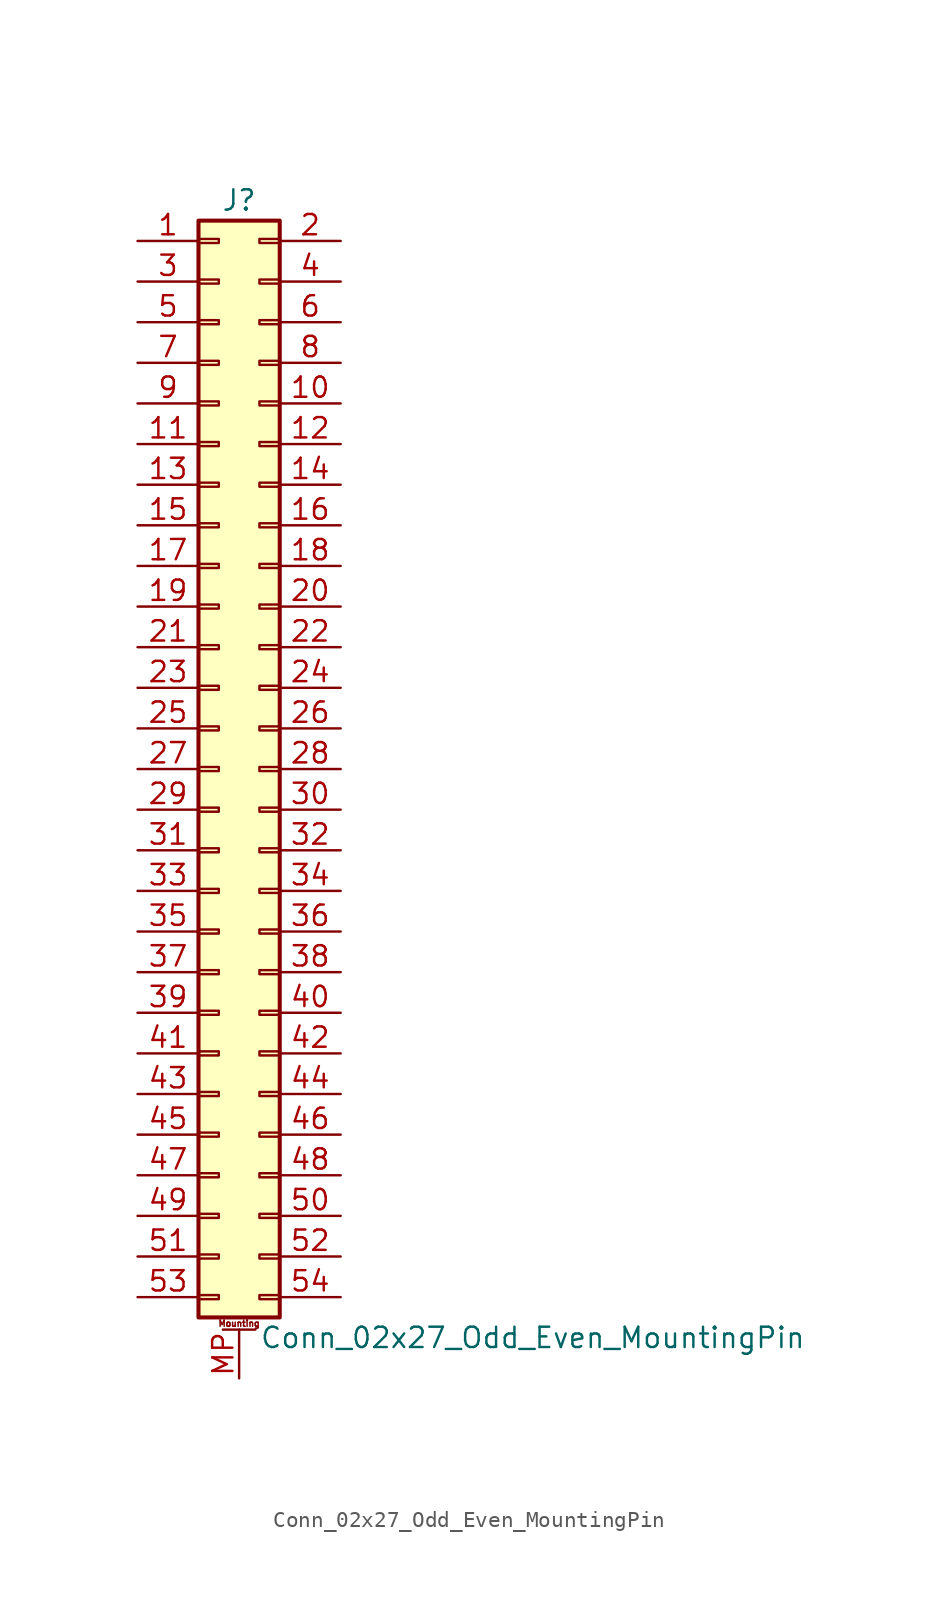
<source format=kicad_sym>
(kicad_symbol_lib
  (version 20220914)
  (generator kicad_symbol_editor)
  (symbol "Conn_02x27_Odd_Even_MountingPin"
    (pin_names
      (offset 1.016) hide)
    (property "Reference" "J"
      (at 1.27 35.56 0)
      (effects (font (size 1.27 1.27))))
    (property "Value" "Conn_02x27_Odd_Even_MountingPin"
      (at 2.54 -35.56 0)
      (effects (font (size 1.27 1.27)) (justify left)))
    (symbol "Conn_02x27_Odd_Even_MountingPin_1_1"
      (rectangle (start -1.27 -32.893) (end 0 -33.147) (stroke (width 0.152) (type default)) (fill (type none)))
      (rectangle (start -1.27 -30.353) (end 0 -30.607) (stroke (width 0.152) (type default)) (fill (type none)))
      (rectangle (start -1.27 -27.813) (end 0 -28.067) (stroke (width 0.152) (type default)) (fill (type none)))
      (rectangle (start -1.27 -25.273) (end 0 -25.527) (stroke (width 0.152) (type default)) (fill (type none)))
      (rectangle (start -1.27 -22.733) (end 0 -22.987) (stroke (width 0.152) (type default)) (fill (type none)))
      (rectangle (start -1.27 -20.193) (end 0 -20.447) (stroke (width 0.152) (type default)) (fill (type none)))
      (rectangle (start -1.27 -17.653) (end 0 -17.907) (stroke (width 0.152) (type default)) (fill (type none)))
      (rectangle (start -1.27 -15.113) (end 0 -15.367) (stroke (width 0.152) (type default)) (fill (type none)))
      (rectangle (start -1.27 -12.573) (end 0 -12.827) (stroke (width 0.152) (type default)) (fill (type none)))
      (rectangle (start -1.27 -10.033) (end 0 -10.287) (stroke (width 0.152) (type default)) (fill (type none)))
      (rectangle (start -1.27 -7.493) (end 0 -7.747) (stroke (width 0.152) (type default)) (fill (type none)))
      (rectangle (start -1.27 -4.953) (end 0 -5.207) (stroke (width 0.152) (type default)) (fill (type none)))
      (rectangle (start -1.27 -2.413) (end 0 -2.667) (stroke (width 0.152) (type default)) (fill (type none)))
      (rectangle (start -1.27 0.127) (end 0 -0.127) (stroke (width 0.152) (type default)) (fill (type none)))
      (rectangle (start -1.27 2.667) (end 0 2.413) (stroke (width 0.152) (type default)) (fill (type none)))
      (rectangle (start -1.27 5.207) (end 0 4.953) (stroke (width 0.152) (type default)) (fill (type none)))
      (rectangle (start -1.27 7.747) (end 0 7.493) (stroke (width 0.152) (type default)) (fill (type none)))
      (rectangle (start -1.27 10.287) (end 0 10.033) (stroke (width 0.152) (type default)) (fill (type none)))
      (rectangle (start -1.27 12.827) (end 0 12.573) (stroke (width 0.152) (type default)) (fill (type none)))
      (rectangle (start -1.27 15.367) (end 0 15.113) (stroke (width 0.152) (type default)) (fill (type none)))
      (rectangle (start -1.27 17.907) (end 0 17.653) (stroke (width 0.152) (type default)) (fill (type none)))
      (rectangle (start -1.27 20.447) (end 0 20.193) (stroke (width 0.152) (type default)) (fill (type none)))
      (rectangle (start -1.27 22.987) (end 0 22.733) (stroke (width 0.152) (type default)) (fill (type none)))
      (rectangle (start -1.27 25.527) (end 0 25.273) (stroke (width 0.152) (type default)) (fill (type none)))
      (rectangle (start -1.27 28.067) (end 0 27.813) (stroke (width 0.152) (type default)) (fill (type none)))
      (rectangle (start -1.27 30.607) (end 0 30.353) (stroke (width 0.152) (type default)) (fill (type none)))
      (rectangle (start -1.27 33.147) (end 0 32.893) (stroke (width 0.152) (type default)) (fill (type none)))
      (rectangle (start -1.27 34.29) (end 3.81 -34.29) (stroke (width 0.254) (type default)) (fill (type background)))
      (polyline (pts (xy 0.254 -35.052) (xy 2.286 -35.052)) (stroke (width 0.152) (type default)) (fill (type none)))
      (rectangle (start 3.81 -32.893) (end 2.54 -33.147) (stroke (width 0.152) (type default)) (fill (type none)))
      (rectangle (start 3.81 -30.353) (end 2.54 -30.607) (stroke (width 0.152) (type default)) (fill (type none)))
      (rectangle (start 3.81 -27.813) (end 2.54 -28.067) (stroke (width 0.152) (type default)) (fill (type none)))
      (rectangle (start 3.81 -25.273) (end 2.54 -25.527) (stroke (width 0.152) (type default)) (fill (type none)))
      (rectangle (start 3.81 -22.733) (end 2.54 -22.987) (stroke (width 0.152) (type default)) (fill (type none)))
      (rectangle (start 3.81 -20.193) (end 2.54 -20.447) (stroke (width 0.152) (type default)) (fill (type none)))
      (rectangle (start 3.81 -17.653) (end 2.54 -17.907) (stroke (width 0.152) (type default)) (fill (type none)))
      (rectangle (start 3.81 -15.113) (end 2.54 -15.367) (stroke (width 0.152) (type default)) (fill (type none)))
      (rectangle (start 3.81 -12.573) (end 2.54 -12.827) (stroke (width 0.152) (type default)) (fill (type none)))
      (rectangle (start 3.81 -10.033) (end 2.54 -10.287) (stroke (width 0.152) (type default)) (fill (type none)))
      (rectangle (start 3.81 -7.493) (end 2.54 -7.747) (stroke (width 0.152) (type default)) (fill (type none)))
      (rectangle (start 3.81 -4.953) (end 2.54 -5.207) (stroke (width 0.152) (type default)) (fill (type none)))
      (rectangle (start 3.81 -2.413) (end 2.54 -2.667) (stroke (width 0.152) (type default)) (fill (type none)))
      (rectangle (start 3.81 0.127) (end 2.54 -0.127) (stroke (width 0.152) (type default)) (fill (type none)))
      (rectangle (start 3.81 2.667) (end 2.54 2.413) (stroke (width 0.152) (type default)) (fill (type none)))
      (rectangle (start 3.81 5.207) (end 2.54 4.953) (stroke (width 0.152) (type default)) (fill (type none)))
      (rectangle (start 3.81 7.747) (end 2.54 7.493) (stroke (width 0.152) (type default)) (fill (type none)))
      (rectangle (start 3.81 10.287) (end 2.54 10.033) (stroke (width 0.152) (type default)) (fill (type none)))
      (rectangle (start 3.81 12.827) (end 2.54 12.573) (stroke (width 0.152) (type default)) (fill (type none)))
      (rectangle (start 3.81 15.367) (end 2.54 15.113) (stroke (width 0.152) (type default)) (fill (type none)))
      (rectangle (start 3.81 17.907) (end 2.54 17.653) (stroke (width 0.152) (type default)) (fill (type none)))
      (rectangle (start 3.81 20.447) (end 2.54 20.193) (stroke (width 0.152) (type default)) (fill (type none)))
      (rectangle (start 3.81 22.987) (end 2.54 22.733) (stroke (width 0.152) (type default)) (fill (type none)))
      (rectangle (start 3.81 25.527) (end 2.54 25.273) (stroke (width 0.152) (type default)) (fill (type none)))
      (rectangle (start 3.81 28.067) (end 2.54 27.813) (stroke (width 0.152) (type default)) (fill (type none)))
      (rectangle (start 3.81 30.607) (end 2.54 30.353) (stroke (width 0.152) (type default)) (fill (type none)))
      (rectangle (start 3.81 33.147) (end 2.54 32.893) (stroke (width 0.152) (type default)) (fill (type none)))
      (text "Mounting" (at 1.27 -34.671 0) (effects (font (size 0.381 0.381))))
      (pin passive line (at -5.08 33.02 0) (length 3.81) (name "Pin_1" (effects (font (size 1.27 1.27)))) (number "1" (effects (font (size 1.27 1.27)))))
      (pin passive line (at 7.62 22.86 180) (length 3.81) (name "Pin_10" (effects (font (size 1.27 1.27)))) (number "10" (effects (font (size 1.27 1.27)))))
      (pin passive line (at -5.08 20.32 0) (length 3.81) (name "Pin_11" (effects (font (size 1.27 1.27)))) (number "11" (effects (font (size 1.27 1.27)))))
      (pin passive line (at 7.62 20.32 180) (length 3.81) (name "Pin_12" (effects (font (size 1.27 1.27)))) (number "12" (effects (font (size 1.27 1.27)))))
      (pin passive line (at -5.08 17.78 0) (length 3.81) (name "Pin_13" (effects (font (size 1.27 1.27)))) (number "13" (effects (font (size 1.27 1.27)))))
      (pin passive line (at 7.62 17.78 180) (length 3.81) (name "Pin_14" (effects (font (size 1.27 1.27)))) (number "14" (effects (font (size 1.27 1.27)))))
      (pin passive line (at -5.08 15.24 0) (length 3.81) (name "Pin_15" (effects (font (size 1.27 1.27)))) (number "15" (effects (font (size 1.27 1.27)))))
      (pin passive line (at 7.62 15.24 180) (length 3.81) (name "Pin_16" (effects (font (size 1.27 1.27)))) (number "16" (effects (font (size 1.27 1.27)))))
      (pin passive line (at -5.08 12.7 0) (length 3.81) (name "Pin_17" (effects (font (size 1.27 1.27)))) (number "17" (effects (font (size 1.27 1.27)))))
      (pin passive line (at 7.62 12.7 180) (length 3.81) (name "Pin_18" (effects (font (size 1.27 1.27)))) (number "18" (effects (font (size 1.27 1.27)))))
      (pin passive line (at -5.08 10.16 0) (length 3.81) (name "Pin_19" (effects (font (size 1.27 1.27)))) (number "19" (effects (font (size 1.27 1.27)))))
      (pin passive line (at 7.62 33.02 180) (length 3.81) (name "Pin_2" (effects (font (size 1.27 1.27)))) (number "2" (effects (font (size 1.27 1.27)))))
      (pin passive line (at 7.62 10.16 180) (length 3.81) (name "Pin_20" (effects (font (size 1.27 1.27)))) (number "20" (effects (font (size 1.27 1.27)))))
      (pin passive line (at -5.08 7.62 0) (length 3.81) (name "Pin_21" (effects (font (size 1.27 1.27)))) (number "21" (effects (font (size 1.27 1.27)))))
      (pin passive line (at 7.62 7.62 180) (length 3.81) (name "Pin_22" (effects (font (size 1.27 1.27)))) (number "22" (effects (font (size 1.27 1.27)))))
      (pin passive line (at -5.08 5.08 0) (length 3.81) (name "Pin_23" (effects (font (size 1.27 1.27)))) (number "23" (effects (font (size 1.27 1.27)))))
      (pin passive line (at 7.62 5.08 180) (length 3.81) (name "Pin_24" (effects (font (size 1.27 1.27)))) (number "24" (effects (font (size 1.27 1.27)))))
      (pin passive line (at -5.08 2.54 0) (length 3.81) (name "Pin_25" (effects (font (size 1.27 1.27)))) (number "25" (effects (font (size 1.27 1.27)))))
      (pin passive line (at 7.62 2.54 180) (length 3.81) (name "Pin_26" (effects (font (size 1.27 1.27)))) (number "26" (effects (font (size 1.27 1.27)))))
      (pin passive line (at -5.08 0 0) (length 3.81) (name "Pin_27" (effects (font (size 1.27 1.27)))) (number "27" (effects (font (size 1.27 1.27)))))
      (pin passive line (at 7.62 0 180) (length 3.81) (name "Pin_28" (effects (font (size 1.27 1.27)))) (number "28" (effects (font (size 1.27 1.27)))))
      (pin passive line (at -5.08 -2.54 0) (length 3.81) (name "Pin_29" (effects (font (size 1.27 1.27)))) (number "29" (effects (font (size 1.27 1.27)))))
      (pin passive line (at -5.08 30.48 0) (length 3.81) (name "Pin_3" (effects (font (size 1.27 1.27)))) (number "3" (effects (font (size 1.27 1.27)))))
      (pin passive line (at 7.62 -2.54 180) (length 3.81) (name "Pin_30" (effects (font (size 1.27 1.27)))) (number "30" (effects (font (size 1.27 1.27)))))
      (pin passive line (at -5.08 -5.08 0) (length 3.81) (name "Pin_31" (effects (font (size 1.27 1.27)))) (number "31" (effects (font (size 1.27 1.27)))))
      (pin passive line (at 7.62 -5.08 180) (length 3.81) (name "Pin_32" (effects (font (size 1.27 1.27)))) (number "32" (effects (font (size 1.27 1.27)))))
      (pin passive line (at -5.08 -7.62 0) (length 3.81) (name "Pin_33" (effects (font (size 1.27 1.27)))) (number "33" (effects (font (size 1.27 1.27)))))
      (pin passive line (at 7.62 -7.62 180) (length 3.81) (name "Pin_34" (effects (font (size 1.27 1.27)))) (number "34" (effects (font (size 1.27 1.27)))))
      (pin passive line (at -5.08 -10.16 0) (length 3.81) (name "Pin_35" (effects (font (size 1.27 1.27)))) (number "35" (effects (font (size 1.27 1.27)))))
      (pin passive line (at 7.62 -10.16 180) (length 3.81) (name "Pin_36" (effects (font (size 1.27 1.27)))) (number "36" (effects (font (size 1.27 1.27)))))
      (pin passive line (at -5.08 -12.7 0) (length 3.81) (name "Pin_37" (effects (font (size 1.27 1.27)))) (number "37" (effects (font (size 1.27 1.27)))))
      (pin passive line (at 7.62 -12.7 180) (length 3.81) (name "Pin_38" (effects (font (size 1.27 1.27)))) (number "38" (effects (font (size 1.27 1.27)))))
      (pin passive line (at -5.08 -15.24 0) (length 3.81) (name "Pin_39" (effects (font (size 1.27 1.27)))) (number "39" (effects (font (size 1.27 1.27)))))
      (pin passive line (at 7.62 30.48 180) (length 3.81) (name "Pin_4" (effects (font (size 1.27 1.27)))) (number "4" (effects (font (size 1.27 1.27)))))
      (pin passive line (at 7.62 -15.24 180) (length 3.81) (name "Pin_40" (effects (font (size 1.27 1.27)))) (number "40" (effects (font (size 1.27 1.27)))))
      (pin passive line (at -5.08 -17.78 0) (length 3.81) (name "Pin_41" (effects (font (size 1.27 1.27)))) (number "41" (effects (font (size 1.27 1.27)))))
      (pin passive line (at 7.62 -17.78 180) (length 3.81) (name "Pin_42" (effects (font (size 1.27 1.27)))) (number "42" (effects (font (size 1.27 1.27)))))
      (pin passive line (at -5.08 -20.32 0) (length 3.81) (name "Pin_43" (effects (font (size 1.27 1.27)))) (number "43" (effects (font (size 1.27 1.27)))))
      (pin passive line (at 7.62 -20.32 180) (length 3.81) (name "Pin_44" (effects (font (size 1.27 1.27)))) (number "44" (effects (font (size 1.27 1.27)))))
      (pin passive line (at -5.08 -22.86 0) (length 3.81) (name "Pin_45" (effects (font (size 1.27 1.27)))) (number "45" (effects (font (size 1.27 1.27)))))
      (pin passive line (at 7.62 -22.86 180) (length 3.81) (name "Pin_46" (effects (font (size 1.27 1.27)))) (number "46" (effects (font (size 1.27 1.27)))))
      (pin passive line (at -5.08 -25.4 0) (length 3.81) (name "Pin_47" (effects (font (size 1.27 1.27)))) (number "47" (effects (font (size 1.27 1.27)))))
      (pin passive line (at 7.62 -25.4 180) (length 3.81) (name "Pin_48" (effects (font (size 1.27 1.27)))) (number "48" (effects (font (size 1.27 1.27)))))
      (pin passive line (at -5.08 -27.94 0) (length 3.81) (name "Pin_49" (effects (font (size 1.27 1.27)))) (number "49" (effects (font (size 1.27 1.27)))))
      (pin passive line (at -5.08 27.94 0) (length 3.81) (name "Pin_5" (effects (font (size 1.27 1.27)))) (number "5" (effects (font (size 1.27 1.27)))))
      (pin passive line (at 7.62 -27.94 180) (length 3.81) (name "Pin_50" (effects (font (size 1.27 1.27)))) (number "50" (effects (font (size 1.27 1.27)))))
      (pin passive line (at -5.08 -30.48 0) (length 3.81) (name "Pin_51" (effects (font (size 1.27 1.27)))) (number "51" (effects (font (size 1.27 1.27)))))
      (pin passive line (at 7.62 -30.48 180) (length 3.81) (name "Pin_52" (effects (font (size 1.27 1.27)))) (number "52" (effects (font (size 1.27 1.27)))))
      (pin passive line (at -5.08 -33.02 0) (length 3.81) (name "Pin_53" (effects (font (size 1.27 1.27)))) (number "53" (effects (font (size 1.27 1.27)))))
      (pin passive line (at 7.62 -33.02 180) (length 3.81) (name "Pin_54" (effects (font (size 1.27 1.27)))) (number "54" (effects (font (size 1.27 1.27)))))
      (pin passive line (at 7.62 27.94 180) (length 3.81) (name "Pin_6" (effects (font (size 1.27 1.27)))) (number "6" (effects (font (size 1.27 1.27)))))
      (pin passive line (at -5.08 25.4 0) (length 3.81) (name "Pin_7" (effects (font (size 1.27 1.27)))) (number "7" (effects (font (size 1.27 1.27)))))
      (pin passive line (at 7.62 25.4 180) (length 3.81) (name "Pin_8" (effects (font (size 1.27 1.27)))) (number "8" (effects (font (size 1.27 1.27)))))
      (pin passive line (at -5.08 22.86 0) (length 3.81) (name "Pin_9" (effects (font (size 1.27 1.27)))) (number "9" (effects (font (size 1.27 1.27)))))
      (pin passive line (at 1.27 -38.1 90) (length 3.048) (name "MountPin" (effects (font (size 1.27 1.27)))) (number "MP" (effects (font (size 1.27 1.27))))))))
</source>
